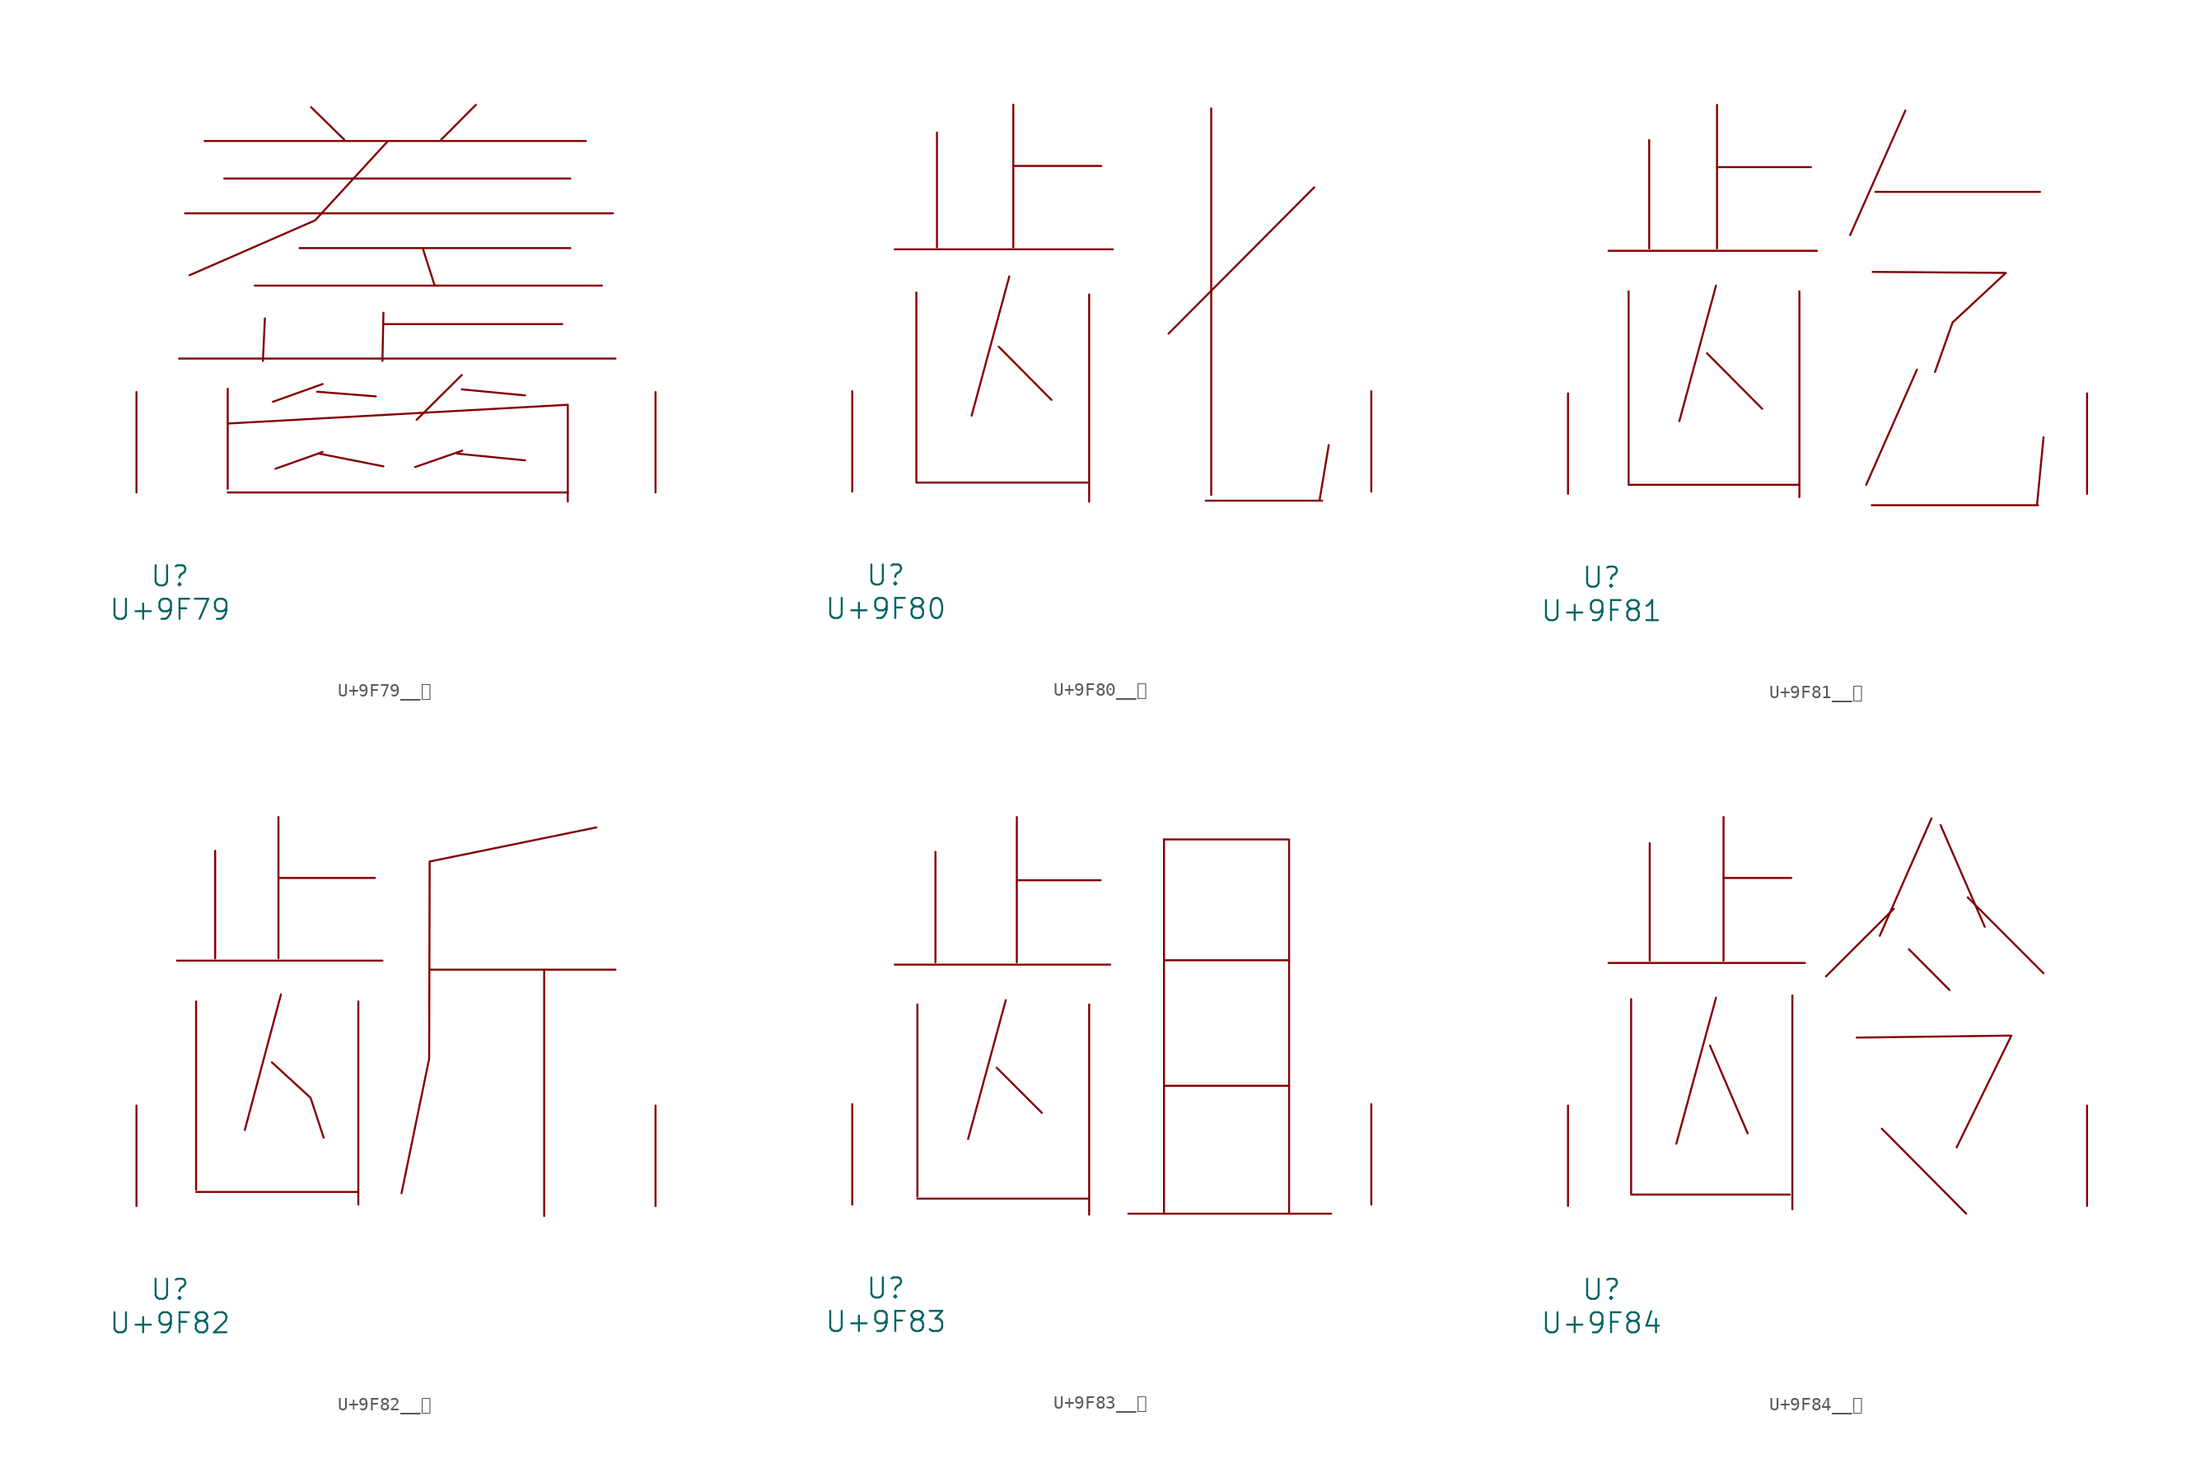
<source format=kicad_sym>
(kicad_symbol_lib
  (version 20231120)
  (generator "kicad_symbol_editor")
  (generator_version "8.0")
  (symbol "U+9F79__齹"
    (pin_names
      (offset 1.016))
    (property "Reference" "U"
      (at 0 -6.35 0)
      (effects (font (size 1.524 1.524))))
    (property "Value" "U+9F79"
      (at 0 -8.89 0)
      (effects (font (size 1.524 1.524))))
    (symbol "U+9F79__齹_0_1"
      (polyline (pts (xy 0.686 10.16) (xy 33.795 10.16)) (stroke (width 0) (type solid)) (fill (type none)))
      (polyline (pts (xy 1.143 21.184) (xy 33.604 21.184)) (stroke (width 0) (type solid)) (fill (type none)))
      (polyline (pts (xy 2.629 26.67) (xy 31.547 26.67)) (stroke (width 0) (type solid)) (fill (type none)))
      (polyline (pts (xy 4.115 23.825) (xy 30.366 23.825)) (stroke (width 0) (type solid)) (fill (type none)))
      (polyline (pts (xy 4.381 0) (xy 30.175 0)) (stroke (width 0) (type solid)) (fill (type none)))
      (polyline (pts (xy 4.381 7.874) (xy 4.381 0.279)) (stroke (width 0) (type solid)) (fill (type none)))
      (polyline (pts (xy 6.439 15.697) (xy 32.766 15.697)) (stroke (width 0) (type solid)) (fill (type none)))
      (polyline (pts (xy 7.201 13.208) (xy 7.048 9.982)) (stroke (width 0) (type solid)) (fill (type none)))
      (polyline (pts (xy 9.83 18.542) (xy 30.366 18.542)) (stroke (width 0) (type solid)) (fill (type none)))
      (polyline (pts (xy 10.706 29.235) (xy 13.221 26.772)) (stroke (width 0) (type solid)) (fill (type none)))
      (polyline (pts (xy 11.163 7.645) (xy 15.621 7.29)) (stroke (width 0) (type solid)) (fill (type none)))
      (polyline (pts (xy 11.316 2.946) (xy 16.192 1.981)) (stroke (width 0) (type solid)) (fill (type none)))
      (polyline (pts (xy 11.582 3.073) (xy 8.001 1.803)) (stroke (width 0) (type solid)) (fill (type none)))
      (polyline (pts (xy 11.582 8.23) (xy 7.811 6.883)) (stroke (width 0) (type solid)) (fill (type none)))
      (polyline (pts (xy 16.192 12.776) (xy 29.756 12.776)) (stroke (width 0) (type solid)) (fill (type none)))
      (polyline (pts (xy 16.192 13.64) (xy 16.116 9.982)) (stroke (width 0) (type solid)) (fill (type none)))
      (polyline (pts (xy 19.202 18.44) (xy 20.079 15.697)) (stroke (width 0) (type solid)) (fill (type none)))
      (polyline (pts (xy 21.793 2.946) (xy 26.937 2.438)) (stroke (width 0) (type solid)) (fill (type none)))
      (polyline (pts (xy 22.136 7.823) (xy 26.937 7.366)) (stroke (width 0) (type solid)) (fill (type none)))
      (polyline (pts (xy 22.136 8.915) (xy 18.707 5.512)) (stroke (width 0) (type solid)) (fill (type none)))
      (polyline (pts (xy 22.174 3.175) (xy 18.593 1.93)) (stroke (width 0) (type solid)) (fill (type none)))
      (polyline (pts (xy 23.203 29.413) (xy 20.574 26.772)) (stroke (width 0) (type solid)) (fill (type none)))
      (polyline (pts (xy 4.381 5.232) (xy 30.175 6.655) (xy 30.175 -0.686)) (stroke (width 0) (type solid)) (fill (type none)))
      (polyline (pts (xy 16.535 26.67) (xy 11.011 20.65) (xy 1.486 16.485)) (stroke (width 0) (type solid)) (fill (type none)))
      (pin input line (at -2.54 0 90) (length 7.62) (name "~" (effects (font (size 1.27 1.27)))) (number "~" (effects (font (size 1.27 1.27)))))
      (pin input line (at 36.83 0 90) (length 7.62) (name "~" (effects (font (size 1.27 1.27)))) (number "~" (effects (font (size 1.27 1.27)))))))
  (symbol "U+9F80__龀"
    (pin_names
      (offset 1.016))
    (property "Reference" "U"
      (at 0 -6.35 0)
      (effects (font (size 1.524 1.524))))
    (property "Value" "U+9F80"
      (at 0 -8.89 0)
      (effects (font (size 1.524 1.524))))
    (symbol "U+9F80__龀_0_1"
      (polyline (pts (xy 0.686 18.39) (xy 17.221 18.39)) (stroke (width 0) (type solid)) (fill (type none)))
      (polyline (pts (xy 2.324 0.686) (xy 15.354 0.686)) (stroke (width 0) (type solid)) (fill (type none)))
      (polyline (pts (xy 2.324 15.113) (xy 2.324 0.787)) (stroke (width 0) (type solid)) (fill (type none)))
      (polyline (pts (xy 3.886 27.254) (xy 3.886 18.542)) (stroke (width 0) (type solid)) (fill (type none)))
      (polyline (pts (xy 8.572 10.998) (xy 12.573 6.96)) (stroke (width 0) (type solid)) (fill (type none)))
      (polyline (pts (xy 9.373 16.332) (xy 6.515 5.766)) (stroke (width 0) (type solid)) (fill (type none)))
      (polyline (pts (xy 9.677 24.714) (xy 16.345 24.714)) (stroke (width 0) (type solid)) (fill (type none)))
      (polyline (pts (xy 9.677 29.362) (xy 9.677 18.542)) (stroke (width 0) (type solid)) (fill (type none)))
      (polyline (pts (xy 15.431 14.961) (xy 15.431 -0.762)) (stroke (width 0) (type solid)) (fill (type none)))
      (polyline (pts (xy 24.27 -0.686) (xy 33.109 -0.686)) (stroke (width 0) (type solid)) (fill (type none)))
      (polyline (pts (xy 24.689 29.083) (xy 24.689 -0.254)) (stroke (width 0) (type solid)) (fill (type none)))
      (polyline (pts (xy 32.499 23.089) (xy 21.45 11.989)) (stroke (width 0) (type solid)) (fill (type none)))
      (polyline (pts (xy 33.604 3.531) (xy 32.918 -0.584)) (stroke (width 0) (type solid)) (fill (type none)))
      (pin input line (at -2.54 0 90) (length 7.62) (name "~" (effects (font (size 1.27 1.27)))) (number "~" (effects (font (size 1.27 1.27)))))
      (pin input line (at 36.83 0 90) (length 7.62) (name "~" (effects (font (size 1.27 1.27)))) (number "~" (effects (font (size 1.27 1.27)))))))
  (symbol "U+9F81__龁"
    (pin_names
      (offset 1.016))
    (property "Reference" "U"
      (at 0 -6.35 0)
      (effects (font (size 1.524 1.524))))
    (property "Value" "U+9F81"
      (at 0 -8.89 0)
      (effects (font (size 1.524 1.524))))
    (symbol "U+9F81__龁_0_1"
      (polyline (pts (xy 0.533 18.44) (xy 16.345 18.44)) (stroke (width 0) (type solid)) (fill (type none)))
      (polyline (pts (xy 2.057 0.686) (xy 14.935 0.686)) (stroke (width 0) (type solid)) (fill (type none)))
      (polyline (pts (xy 2.057 15.367) (xy 2.057 0.787)) (stroke (width 0) (type solid)) (fill (type none)))
      (polyline (pts (xy 3.619 26.848) (xy 3.619 18.618)) (stroke (width 0) (type solid)) (fill (type none)))
      (polyline (pts (xy 8.001 10.668) (xy 12.192 6.452)) (stroke (width 0) (type solid)) (fill (type none)))
      (polyline (pts (xy 8.687 15.799) (xy 5.905 5.512)) (stroke (width 0) (type solid)) (fill (type none)))
      (polyline (pts (xy 8.763 24.79) (xy 15.888 24.79)) (stroke (width 0) (type solid)) (fill (type none)))
      (polyline (pts (xy 8.763 29.515) (xy 8.763 18.618)) (stroke (width 0) (type solid)) (fill (type none)))
      (polyline (pts (xy 15.011 15.367) (xy 15.011 -0.254)) (stroke (width 0) (type solid)) (fill (type none)))
      (polyline (pts (xy 20.498 -0.864) (xy 33.109 -0.864)) (stroke (width 0) (type solid)) (fill (type none)))
      (polyline (pts (xy 20.765 22.911) (xy 33.261 22.911)) (stroke (width 0) (type solid)) (fill (type none)))
      (polyline (pts (xy 23.05 29.083) (xy 18.86 19.634)) (stroke (width 0) (type solid)) (fill (type none)))
      (polyline (pts (xy 23.927 9.423) (xy 20.079 0.686)) (stroke (width 0) (type solid)) (fill (type none)))
      (polyline (pts (xy 33.528 4.293) (xy 33.033 -0.864)) (stroke (width 0) (type solid)) (fill (type none)))
      (polyline (pts (xy 20.574 16.84) (xy 30.671 16.764) (xy 26.632 13.005) (xy 25.298 9.246)) (stroke (width 0) (type solid)) (fill (type none)))
      (pin input line (at -2.54 0 90) (length 7.62) (name "~" (effects (font (size 1.27 1.27)))) (number "~" (effects (font (size 1.27 1.27)))))
      (pin input line (at 36.83 0 90) (length 7.62) (name "~" (effects (font (size 1.27 1.27)))) (number "~" (effects (font (size 1.27 1.27)))))))
  (symbol "U+9F82__龂"
    (pin_names
      (offset 1.016))
    (property "Reference" "U"
      (at 0 -6.35 0)
      (effects (font (size 1.524 1.524))))
    (property "Value" "U+9F82"
      (at 0 -8.89 0)
      (effects (font (size 1.524 1.524))))
    (symbol "U+9F82__龂_0_1"
      (polyline (pts (xy 0.533 18.618) (xy 16.116 18.618)) (stroke (width 0) (type solid)) (fill (type none)))
      (polyline (pts (xy 1.981 1.067) (xy 14.249 1.067)) (stroke (width 0) (type solid)) (fill (type none)))
      (polyline (pts (xy 1.981 15.519) (xy 1.981 1.245)) (stroke (width 0) (type solid)) (fill (type none)))
      (polyline (pts (xy 3.429 26.949) (xy 3.429 18.796)) (stroke (width 0) (type solid)) (fill (type none)))
      (polyline (pts (xy 8.23 24.892) (xy 15.545 24.892)) (stroke (width 0) (type solid)) (fill (type none)))
      (polyline (pts (xy 8.23 29.515) (xy 8.23 18.796)) (stroke (width 0) (type solid)) (fill (type none)))
      (polyline (pts (xy 8.42 16.053) (xy 5.677 5.766)) (stroke (width 0) (type solid)) (fill (type none)))
      (polyline (pts (xy 14.287 15.519) (xy 14.287 0.102)) (stroke (width 0) (type solid)) (fill (type none)))
      (polyline (pts (xy 19.736 17.932) (xy 33.795 17.932)) (stroke (width 0) (type solid)) (fill (type none)))
      (polyline (pts (xy 28.384 17.932) (xy 28.384 -0.762)) (stroke (width 0) (type solid)) (fill (type none)))
      (polyline (pts (xy 7.734 10.897) (xy 10.668 8.204) (xy 11.659 5.182)) (stroke (width 0) (type solid)) (fill (type none)))
      (polyline (pts (xy 32.347 28.727) (xy 19.698 26.137) (xy 19.66 11.176) (xy 17.564 0.965)) (stroke (width 0) (type solid)) (fill (type none)))
      (pin input line (at -2.54 0 90) (length 7.62) (name "~" (effects (font (size 1.27 1.27)))) (number "~" (effects (font (size 1.27 1.27)))))
      (pin input line (at 36.83 0 90) (length 7.62) (name "~" (effects (font (size 1.27 1.27)))) (number "~" (effects (font (size 1.27 1.27)))))))
  (symbol "U+9F83__龃"
    (pin_names
      (offset 1.016))
    (property "Reference" "U"
      (at 0 -6.35 0)
      (effects (font (size 1.524 1.524))))
    (property "Value" "U+9F83"
      (at 0 -8.89 0)
      (effects (font (size 1.524 1.524))))
    (symbol "U+9F83__龃_0_1"
      (polyline (pts (xy 0.686 18.212) (xy 17.031 18.212)) (stroke (width 0) (type solid)) (fill (type none)))
      (polyline (pts (xy 2.4 0.457) (xy 15.354 0.457)) (stroke (width 0) (type solid)) (fill (type none)))
      (polyline (pts (xy 2.4 15.189) (xy 2.4 0.61)) (stroke (width 0) (type solid)) (fill (type none)))
      (polyline (pts (xy 3.772 26.772) (xy 3.772 18.39)) (stroke (width 0) (type solid)) (fill (type none)))
      (polyline (pts (xy 8.42 10.389) (xy 11.849 6.96)) (stroke (width 0) (type solid)) (fill (type none)))
      (polyline (pts (xy 9.106 15.519) (xy 6.248 4.978)) (stroke (width 0) (type solid)) (fill (type none)))
      (polyline (pts (xy 9.944 24.613) (xy 16.307 24.613)) (stroke (width 0) (type solid)) (fill (type none)))
      (polyline (pts (xy 9.944 29.413) (xy 9.944 18.39)) (stroke (width 0) (type solid)) (fill (type none)))
      (polyline (pts (xy 15.431 15.189) (xy 15.431 -0.762)) (stroke (width 0) (type solid)) (fill (type none)))
      (polyline (pts (xy 18.402 -0.686) (xy 33.795 -0.686)) (stroke (width 0) (type solid)) (fill (type none)))
      (polyline (pts (xy 21.107 9.017) (xy 30.594 9.017)) (stroke (width 0) (type solid)) (fill (type none)))
      (polyline (pts (xy 21.107 18.542) (xy 30.594 18.542)) (stroke (width 0) (type solid)) (fill (type none)))
      (polyline (pts (xy 21.107 27.711) (xy 21.107 -0.584)) (stroke (width 0) (type solid)) (fill (type none)))
      (polyline (pts (xy 21.107 27.711) (xy 30.594 27.711) (xy 30.594 -0.584)) (stroke (width 0) (type solid)) (fill (type none)))
      (pin input line (at -2.54 0 90) (length 7.62) (name "~" (effects (font (size 1.27 1.27)))) (number "~" (effects (font (size 1.27 1.27)))))
      (pin input line (at 36.83 0 90) (length 7.62) (name "~" (effects (font (size 1.27 1.27)))) (number "~" (effects (font (size 1.27 1.27)))))))
  (symbol "U+9F84__龄"
    (pin_names
      (offset 1.016))
    (property "Reference" "U"
      (at 0 -6.35 0)
      (effects (font (size 1.524 1.524))))
    (property "Value" "U+9F84"
      (at 0 -8.89 0)
      (effects (font (size 1.524 1.524))))
    (symbol "U+9F84__龄_0_1"
      (polyline (pts (xy 0.533 18.44) (xy 15.431 18.44)) (stroke (width 0) (type solid)) (fill (type none)))
      (polyline (pts (xy 2.248 0.864) (xy 14.287 0.864)) (stroke (width 0) (type solid)) (fill (type none)))
      (polyline (pts (xy 2.248 15.697) (xy 2.248 0.965)) (stroke (width 0) (type solid)) (fill (type none)))
      (polyline (pts (xy 3.658 27.534) (xy 3.658 18.618)) (stroke (width 0) (type solid)) (fill (type none)))
      (polyline (pts (xy 8.23 12.167) (xy 11.087 5.512)) (stroke (width 0) (type solid)) (fill (type none)))
      (polyline (pts (xy 8.687 15.799) (xy 5.677 4.724)) (stroke (width 0) (type solid)) (fill (type none)))
      (polyline (pts (xy 9.258 24.892) (xy 14.402 24.892)) (stroke (width 0) (type solid)) (fill (type none)))
      (polyline (pts (xy 9.258 29.515) (xy 9.258 18.618)) (stroke (width 0) (type solid)) (fill (type none)))
      (polyline (pts (xy 14.478 15.977) (xy 14.478 -0.254)) (stroke (width 0) (type solid)) (fill (type none)))
      (polyline (pts (xy 21.26 5.867) (xy 27.661 -0.584)) (stroke (width 0) (type solid)) (fill (type none)))
      (polyline (pts (xy 22.174 22.555) (xy 17.031 17.424)) (stroke (width 0) (type solid)) (fill (type none)))
      (polyline (pts (xy 23.317 19.482) (xy 26.403 16.383)) (stroke (width 0) (type solid)) (fill (type none)))
      (polyline (pts (xy 25.032 29.413) (xy 21.107 20.498)) (stroke (width 0) (type solid)) (fill (type none)))
      (polyline (pts (xy 25.718 28.905) (xy 29.07 21.184)) (stroke (width 0) (type solid)) (fill (type none)))
      (polyline (pts (xy 27.775 23.419) (xy 33.528 17.653)) (stroke (width 0) (type solid)) (fill (type none)))
      (polyline (pts (xy 19.355 12.776) (xy 31.09 12.929) (xy 26.937 4.445)) (stroke (width 0) (type solid)) (fill (type none)))
      (pin input line (at -2.54 0 90) (length 7.62) (name "~" (effects (font (size 1.27 1.27)))) (number "~" (effects (font (size 1.27 1.27)))))
      (pin input line (at 36.83 0 90) (length 7.62) (name "~" (effects (font (size 1.27 1.27)))) (number "~" (effects (font (size 1.27 1.27))))))))
</source>
